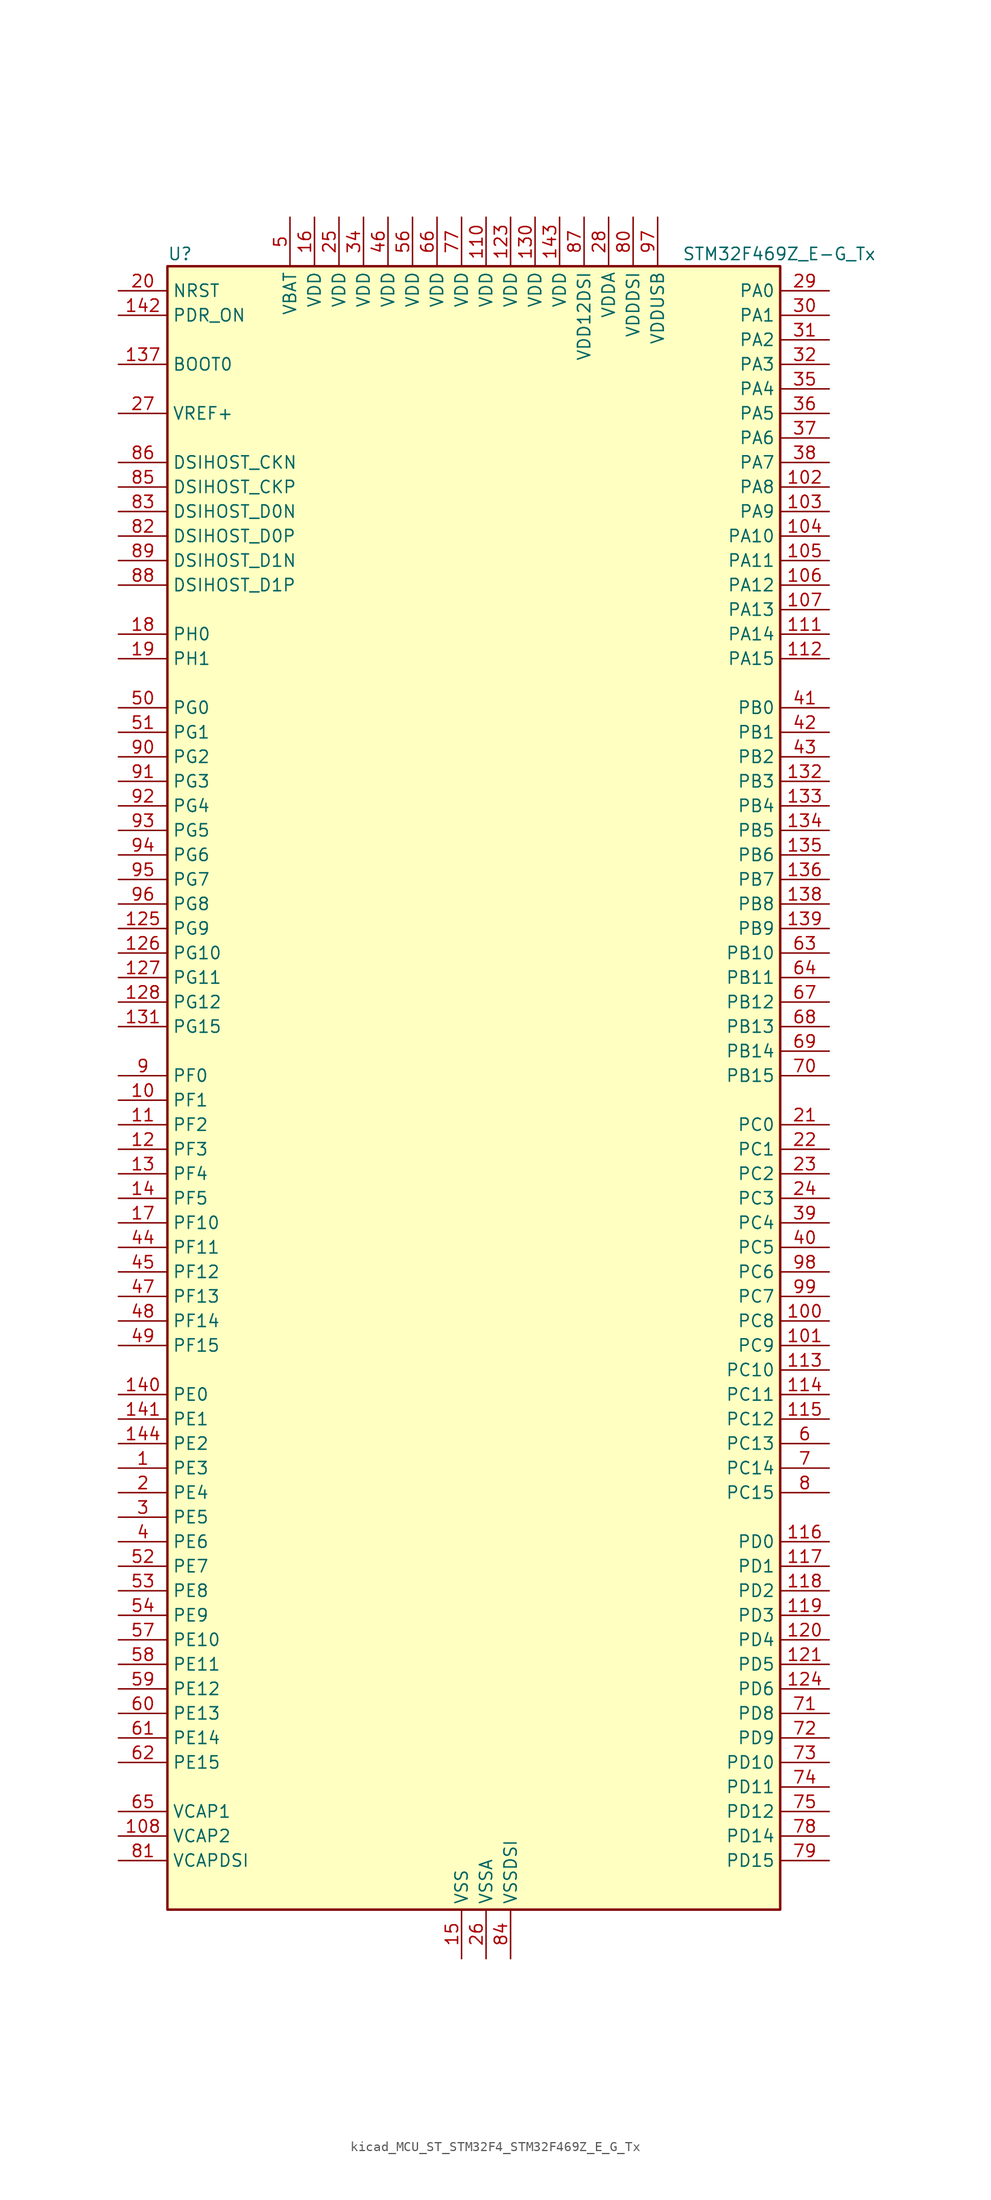
<source format=kicad_sym>
(kicad_symbol_lib
  (version 20220914)
  (generator kicad_symbol_editor)
  (symbol "kicad_MCU_ST_STM32F4_STM32F469Z_E_G_Tx"
    (property "Reference" "U"
      (at -30.48 87.63 0)
      (effects (font (size 1.27 1.27)) (justify left)))
    (property "Value" "STM32F469Z_E-G_Tx"
      (at 22.86 87.63 0)
      (effects (font (size 1.27 1.27)) (justify left)))
    (property "ki_locked" ""
      (at 0 0 0)
      (effects (font (size 1.27 1.27))))
    (symbol "kicad_MCU_ST_STM32F4_STM32F469Z_E_G_Tx_0_1"
      (rectangle (start -30.48 -83.82) (end 33.02 86.36) (stroke (width 0.254) (type default)) (fill (type background))))
    (symbol "kicad_MCU_ST_STM32F4_STM32F469Z_E_G_Tx_1_1"
      (pin bidirectional line (at -35.56 -38.1 0) (length 5.08) (name "PE3" (effects (font (size 1.27 1.27)))) (number "1" (effects (font (size 1.27 1.27)))) (alternate "FMC_A19" bidirectional line) (alternate "SAI1_SD_B" bidirectional line) (alternate "SYS_TRACED0" bidirectional line))
      (pin bidirectional line (at -35.56 0 0) (length 5.08) (name "PF1" (effects (font (size 1.27 1.27)))) (number "10" (effects (font (size 1.27 1.27)))) (alternate "FMC_A1" bidirectional line) (alternate "I2C2_SCL" bidirectional line))
      (pin bidirectional line (at 38.1 -22.86 180) (length 5.08) (name "PC8" (effects (font (size 1.27 1.27)))) (number "100" (effects (font (size 1.27 1.27)))) (alternate "DCMI_D2" bidirectional line) (alternate "SDIO_D0" bidirectional line) (alternate "SYS_TRACED1" bidirectional line) (alternate "TIM3_CH3" bidirectional line) (alternate "TIM8_CH3" bidirectional line) (alternate "USART6_CK" bidirectional line))
      (pin bidirectional line (at 38.1 -25.4 180) (length 5.08) (name "PC9" (effects (font (size 1.27 1.27)))) (number "101" (effects (font (size 1.27 1.27)))) (alternate "DAC_EXTI9" bidirectional line) (alternate "DCMI_D3" bidirectional line) (alternate "I2C3_SDA" bidirectional line) (alternate "I2S_CKIN" bidirectional line) (alternate "QUADSPI_BK1_IO0" bidirectional line) (alternate "RCC_MCO_2" bidirectional line) (alternate "SDIO_D1" bidirectional line) (alternate "TIM3_CH4" bidirectional line) (alternate "TIM8_CH4" bidirectional line))
      (pin bidirectional line (at 38.1 63.5 180) (length 5.08) (name "PA8" (effects (font (size 1.27 1.27)))) (number "102" (effects (font (size 1.27 1.27)))) (alternate "I2C3_SCL" bidirectional line) (alternate "LTDC_R6" bidirectional line) (alternate "RCC_MCO_1" bidirectional line) (alternate "TIM1_CH1" bidirectional line) (alternate "USART1_CK" bidirectional line) (alternate "USB_OTG_FS_SOF" bidirectional line))
      (pin bidirectional line (at 38.1 60.96 180) (length 5.08) (name "PA9" (effects (font (size 1.27 1.27)))) (number "103" (effects (font (size 1.27 1.27)))) (alternate "DAC_EXTI9" bidirectional line) (alternate "DCMI_D0" bidirectional line) (alternate "I2C3_SMBA" bidirectional line) (alternate "I2S2_CK" bidirectional line) (alternate "SPI2_SCK" bidirectional line) (alternate "TIM1_CH2" bidirectional line) (alternate "USART1_TX" bidirectional line) (alternate "USB_OTG_FS_VBUS" bidirectional line))
      (pin bidirectional line (at 38.1 58.42 180) (length 5.08) (name "PA10" (effects (font (size 1.27 1.27)))) (number "104" (effects (font (size 1.27 1.27)))) (alternate "DCMI_D1" bidirectional line) (alternate "TIM1_CH3" bidirectional line) (alternate "USART1_RX" bidirectional line) (alternate "USB_OTG_FS_ID" bidirectional line))
      (pin bidirectional line (at 38.1 55.88 180) (length 5.08) (name "PA11" (effects (font (size 1.27 1.27)))) (number "105" (effects (font (size 1.27 1.27)))) (alternate "ADC1_EXTI11" bidirectional line) (alternate "ADC2_EXTI11" bidirectional line) (alternate "ADC3_EXTI11" bidirectional line) (alternate "CAN1_RX" bidirectional line) (alternate "LTDC_R4" bidirectional line) (alternate "TIM1_CH4" bidirectional line) (alternate "USART1_CTS" bidirectional line) (alternate "USB_OTG_FS_DM" bidirectional line))
      (pin bidirectional line (at 38.1 53.34 180) (length 5.08) (name "PA12" (effects (font (size 1.27 1.27)))) (number "106" (effects (font (size 1.27 1.27)))) (alternate "CAN1_TX" bidirectional line) (alternate "LTDC_R5" bidirectional line) (alternate "TIM1_ETR" bidirectional line) (alternate "USART1_RTS" bidirectional line) (alternate "USB_OTG_FS_DP" bidirectional line))
      (pin bidirectional line (at 38.1 50.8 180) (length 5.08) (name "PA13" (effects (font (size 1.27 1.27)))) (number "107" (effects (font (size 1.27 1.27)))) (alternate "SYS_JTMS-SWDIO" bidirectional line))
      (pin power_out line (at -35.56 -76.2 0) (length 5.08) (name "VCAP2" (effects (font (size 1.27 1.27)))) (number "108" (effects (font (size 1.27 1.27)))))
      (pin passive line (at 0 -88.9 90) (length 5.08) hide (name "VSS" (effects (font (size 1.27 1.27)))) (number "109" (effects (font (size 1.27 1.27)))))
      (pin bidirectional line (at -35.56 -2.54 0) (length 5.08) (name "PF2" (effects (font (size 1.27 1.27)))) (number "11" (effects (font (size 1.27 1.27)))) (alternate "FMC_A2" bidirectional line) (alternate "I2C2_SMBA" bidirectional line))
      (pin power_in line (at 2.54 91.44 270) (length 5.08) (name "VDD" (effects (font (size 1.27 1.27)))) (number "110" (effects (font (size 1.27 1.27)))))
      (pin bidirectional line (at 38.1 48.26 180) (length 5.08) (name "PA14" (effects (font (size 1.27 1.27)))) (number "111" (effects (font (size 1.27 1.27)))) (alternate "SYS_JTCK-SWCLK" bidirectional line))
      (pin bidirectional line (at 38.1 45.72 180) (length 5.08) (name "PA15" (effects (font (size 1.27 1.27)))) (number "112" (effects (font (size 1.27 1.27)))) (alternate "ADC1_EXTI15" bidirectional line) (alternate "ADC2_EXTI15" bidirectional line) (alternate "ADC3_EXTI15" bidirectional line) (alternate "I2S3_WS" bidirectional line) (alternate "SPI1_NSS" bidirectional line) (alternate "SPI3_NSS" bidirectional line) (alternate "SYS_JTDI" bidirectional line) (alternate "TIM2_CH1" bidirectional line) (alternate "TIM2_ETR" bidirectional line))
      (pin bidirectional line (at 38.1 -27.94 180) (length 5.08) (name "PC10" (effects (font (size 1.27 1.27)))) (number "113" (effects (font (size 1.27 1.27)))) (alternate "DCMI_D8" bidirectional line) (alternate "I2S3_CK" bidirectional line) (alternate "LTDC_R2" bidirectional line) (alternate "QUADSPI_BK1_IO1" bidirectional line) (alternate "SDIO_D2" bidirectional line) (alternate "SPI3_SCK" bidirectional line) (alternate "UART4_TX" bidirectional line) (alternate "USART3_TX" bidirectional line))
      (pin bidirectional line (at 38.1 -30.48 180) (length 5.08) (name "PC11" (effects (font (size 1.27 1.27)))) (number "114" (effects (font (size 1.27 1.27)))) (alternate "ADC1_EXTI11" bidirectional line) (alternate "ADC2_EXTI11" bidirectional line) (alternate "ADC3_EXTI11" bidirectional line) (alternate "DCMI_D4" bidirectional line) (alternate "I2S3_ext_SD" bidirectional line) (alternate "QUADSPI_BK2_NCS" bidirectional line) (alternate "SDIO_D3" bidirectional line) (alternate "SPI3_MISO" bidirectional line) (alternate "UART4_RX" bidirectional line) (alternate "USART3_RX" bidirectional line))
      (pin bidirectional line (at 38.1 -33.02 180) (length 5.08) (name "PC12" (effects (font (size 1.27 1.27)))) (number "115" (effects (font (size 1.27 1.27)))) (alternate "DCMI_D9" bidirectional line) (alternate "I2S3_SD" bidirectional line) (alternate "SDIO_CK" bidirectional line) (alternate "SPI3_MOSI" bidirectional line) (alternate "SYS_TRACED3" bidirectional line) (alternate "UART5_TX" bidirectional line) (alternate "USART3_CK" bidirectional line))
      (pin bidirectional line (at 38.1 -45.72 180) (length 5.08) (name "PD0" (effects (font (size 1.27 1.27)))) (number "116" (effects (font (size 1.27 1.27)))) (alternate "CAN1_RX" bidirectional line) (alternate "FMC_D2" bidirectional line) (alternate "FMC_DA2" bidirectional line))
      (pin bidirectional line (at 38.1 -48.26 180) (length 5.08) (name "PD1" (effects (font (size 1.27 1.27)))) (number "117" (effects (font (size 1.27 1.27)))) (alternate "CAN1_TX" bidirectional line) (alternate "FMC_D3" bidirectional line) (alternate "FMC_DA3" bidirectional line))
      (pin bidirectional line (at 38.1 -50.8 180) (length 5.08) (name "PD2" (effects (font (size 1.27 1.27)))) (number "118" (effects (font (size 1.27 1.27)))) (alternate "DCMI_D11" bidirectional line) (alternate "SDIO_CMD" bidirectional line) (alternate "SYS_TRACED2" bidirectional line) (alternate "TIM3_ETR" bidirectional line) (alternate "UART5_RX" bidirectional line))
      (pin bidirectional line (at 38.1 -53.34 180) (length 5.08) (name "PD3" (effects (font (size 1.27 1.27)))) (number "119" (effects (font (size 1.27 1.27)))) (alternate "DCMI_D5" bidirectional line) (alternate "FMC_CLK" bidirectional line) (alternate "I2S2_CK" bidirectional line) (alternate "LTDC_G7" bidirectional line) (alternate "SPI2_SCK" bidirectional line) (alternate "USART2_CTS" bidirectional line))
      (pin bidirectional line (at -35.56 -5.08 0) (length 5.08) (name "PF3" (effects (font (size 1.27 1.27)))) (number "12" (effects (font (size 1.27 1.27)))) (alternate "ADC3_IN9" bidirectional line) (alternate "FMC_A3" bidirectional line))
      (pin bidirectional line (at 38.1 -55.88 180) (length 5.08) (name "PD4" (effects (font (size 1.27 1.27)))) (number "120" (effects (font (size 1.27 1.27)))) (alternate "FMC_NOE" bidirectional line) (alternate "USART2_RTS" bidirectional line))
      (pin bidirectional line (at 38.1 -58.42 180) (length 5.08) (name "PD5" (effects (font (size 1.27 1.27)))) (number "121" (effects (font (size 1.27 1.27)))) (alternate "FMC_NWE" bidirectional line) (alternate "USART2_TX" bidirectional line))
      (pin passive line (at 0 -88.9 90) (length 5.08) hide (name "VSS" (effects (font (size 1.27 1.27)))) (number "122" (effects (font (size 1.27 1.27)))))
      (pin power_in line (at 5.08 91.44 270) (length 5.08) (name "VDD" (effects (font (size 1.27 1.27)))) (number "123" (effects (font (size 1.27 1.27)))))
      (pin bidirectional line (at 38.1 -60.96 180) (length 5.08) (name "PD6" (effects (font (size 1.27 1.27)))) (number "124" (effects (font (size 1.27 1.27)))) (alternate "DCMI_D10" bidirectional line) (alternate "FMC_NWAIT" bidirectional line) (alternate "I2S3_SD" bidirectional line) (alternate "LTDC_B2" bidirectional line) (alternate "SAI1_SD_A" bidirectional line) (alternate "SPI3_MOSI" bidirectional line) (alternate "USART2_RX" bidirectional line))
      (pin bidirectional line (at -35.56 17.78 0) (length 5.08) (name "PG9" (effects (font (size 1.27 1.27)))) (number "125" (effects (font (size 1.27 1.27)))) (alternate "DAC_EXTI9" bidirectional line) (alternate "DCMI_VSYNC" bidirectional line) (alternate "FMC_NCE" bidirectional line) (alternate "FMC_NE2" bidirectional line) (alternate "QUADSPI_BK2_IO2" bidirectional line) (alternate "USART6_RX" bidirectional line))
      (pin bidirectional line (at -35.56 15.24 0) (length 5.08) (name "PG10" (effects (font (size 1.27 1.27)))) (number "126" (effects (font (size 1.27 1.27)))) (alternate "DCMI_D2" bidirectional line) (alternate "FMC_NE3" bidirectional line) (alternate "LTDC_B2" bidirectional line) (alternate "LTDC_G3" bidirectional line))
      (pin bidirectional line (at -35.56 12.7 0) (length 5.08) (name "PG11" (effects (font (size 1.27 1.27)))) (number "127" (effects (font (size 1.27 1.27)))) (alternate "ADC1_EXTI11" bidirectional line) (alternate "ADC2_EXTI11" bidirectional line) (alternate "ADC3_EXTI11" bidirectional line) (alternate "DCMI_D3" bidirectional line) (alternate "LTDC_B3" bidirectional line))
      (pin bidirectional line (at -35.56 10.16 0) (length 5.08) (name "PG12" (effects (font (size 1.27 1.27)))) (number "128" (effects (font (size 1.27 1.27)))) (alternate "FMC_NE4" bidirectional line) (alternate "LTDC_B1" bidirectional line) (alternate "LTDC_B4" bidirectional line) (alternate "USART6_RTS" bidirectional line))
      (pin passive line (at 0 -88.9 90) (length 5.08) hide (name "VSS" (effects (font (size 1.27 1.27)))) (number "129" (effects (font (size 1.27 1.27)))))
      (pin bidirectional line (at -35.56 -7.62 0) (length 5.08) (name "PF4" (effects (font (size 1.27 1.27)))) (number "13" (effects (font (size 1.27 1.27)))) (alternate "ADC3_IN14" bidirectional line) (alternate "FMC_A4" bidirectional line))
      (pin power_in line (at 7.62 91.44 270) (length 5.08) (name "VDD" (effects (font (size 1.27 1.27)))) (number "130" (effects (font (size 1.27 1.27)))))
      (pin bidirectional line (at -35.56 7.62 0) (length 5.08) (name "PG15" (effects (font (size 1.27 1.27)))) (number "131" (effects (font (size 1.27 1.27)))) (alternate "ADC1_EXTI15" bidirectional line) (alternate "ADC2_EXTI15" bidirectional line) (alternate "ADC3_EXTI15" bidirectional line) (alternate "DCMI_D13" bidirectional line) (alternate "FMC_SDNCAS" bidirectional line) (alternate "USART6_CTS" bidirectional line))
      (pin bidirectional line (at 38.1 33.02 180) (length 5.08) (name "PB3" (effects (font (size 1.27 1.27)))) (number "132" (effects (font (size 1.27 1.27)))) (alternate "I2S3_CK" bidirectional line) (alternate "SPI1_SCK" bidirectional line) (alternate "SPI3_SCK" bidirectional line) (alternate "SYS_JTDO-SWO" bidirectional line) (alternate "TIM2_CH2" bidirectional line))
      (pin bidirectional line (at 38.1 30.48 180) (length 5.08) (name "PB4" (effects (font (size 1.27 1.27)))) (number "133" (effects (font (size 1.27 1.27)))) (alternate "I2S3_ext_SD" bidirectional line) (alternate "SPI1_MISO" bidirectional line) (alternate "SPI3_MISO" bidirectional line) (alternate "SYS_JTRST" bidirectional line) (alternate "TIM3_CH1" bidirectional line))
      (pin bidirectional line (at 38.1 27.94 180) (length 5.08) (name "PB5" (effects (font (size 1.27 1.27)))) (number "134" (effects (font (size 1.27 1.27)))) (alternate "CAN2_RX" bidirectional line) (alternate "DCMI_D10" bidirectional line) (alternate "FMC_SDCKE1" bidirectional line) (alternate "I2C1_SMBA" bidirectional line) (alternate "I2S3_SD" bidirectional line) (alternate "LTDC_G7" bidirectional line) (alternate "SPI1_MOSI" bidirectional line) (alternate "SPI3_MOSI" bidirectional line) (alternate "TIM3_CH2" bidirectional line) (alternate "USB_OTG_HS_ULPI_D7" bidirectional line))
      (pin bidirectional line (at 38.1 25.4 180) (length 5.08) (name "PB6" (effects (font (size 1.27 1.27)))) (number "135" (effects (font (size 1.27 1.27)))) (alternate "CAN2_TX" bidirectional line) (alternate "DCMI_D5" bidirectional line) (alternate "FMC_SDNE1" bidirectional line) (alternate "I2C1_SCL" bidirectional line) (alternate "QUADSPI_BK1_NCS" bidirectional line) (alternate "TIM4_CH1" bidirectional line) (alternate "USART1_TX" bidirectional line))
      (pin bidirectional line (at 38.1 22.86 180) (length 5.08) (name "PB7" (effects (font (size 1.27 1.27)))) (number "136" (effects (font (size 1.27 1.27)))) (alternate "DCMI_VSYNC" bidirectional line) (alternate "FMC_NL" bidirectional line) (alternate "I2C1_SDA" bidirectional line) (alternate "TIM4_CH2" bidirectional line) (alternate "USART1_RX" bidirectional line))
      (pin input line (at -35.56 76.2 0) (length 5.08) (name "BOOT0" (effects (font (size 1.27 1.27)))) (number "137" (effects (font (size 1.27 1.27)))))
      (pin bidirectional line (at 38.1 20.32 180) (length 5.08) (name "PB8" (effects (font (size 1.27 1.27)))) (number "138" (effects (font (size 1.27 1.27)))) (alternate "CAN1_RX" bidirectional line) (alternate "DCMI_D6" bidirectional line) (alternate "I2C1_SCL" bidirectional line) (alternate "LTDC_B6" bidirectional line) (alternate "SDIO_D4" bidirectional line) (alternate "TIM10_CH1" bidirectional line) (alternate "TIM4_CH3" bidirectional line))
      (pin bidirectional line (at 38.1 17.78 180) (length 5.08) (name "PB9" (effects (font (size 1.27 1.27)))) (number "139" (effects (font (size 1.27 1.27)))) (alternate "CAN1_TX" bidirectional line) (alternate "DAC_EXTI9" bidirectional line) (alternate "DCMI_D7" bidirectional line) (alternate "I2C1_SDA" bidirectional line) (alternate "I2S2_WS" bidirectional line) (alternate "LTDC_B7" bidirectional line) (alternate "SDIO_D5" bidirectional line) (alternate "SPI2_NSS" bidirectional line) (alternate "TIM11_CH1" bidirectional line) (alternate "TIM4_CH4" bidirectional line))
      (pin bidirectional line (at -35.56 -10.16 0) (length 5.08) (name "PF5" (effects (font (size 1.27 1.27)))) (number "14" (effects (font (size 1.27 1.27)))) (alternate "ADC3_IN15" bidirectional line) (alternate "FMC_A5" bidirectional line))
      (pin bidirectional line (at -35.56 -30.48 0) (length 5.08) (name "PE0" (effects (font (size 1.27 1.27)))) (number "140" (effects (font (size 1.27 1.27)))) (alternate "DCMI_D2" bidirectional line) (alternate "FMC_NBL0" bidirectional line) (alternate "TIM4_ETR" bidirectional line) (alternate "UART8_RX" bidirectional line))
      (pin bidirectional line (at -35.56 -33.02 0) (length 5.08) (name "PE1" (effects (font (size 1.27 1.27)))) (number "141" (effects (font (size 1.27 1.27)))) (alternate "DCMI_D3" bidirectional line) (alternate "FMC_NBL1" bidirectional line) (alternate "UART8_TX" bidirectional line))
      (pin input line (at -35.56 81.28 0) (length 5.08) (name "PDR_ON" (effects (font (size 1.27 1.27)))) (number "142" (effects (font (size 1.27 1.27)))))
      (pin power_in line (at 10.16 91.44 270) (length 5.08) (name "VDD" (effects (font (size 1.27 1.27)))) (number "143" (effects (font (size 1.27 1.27)))))
      (pin bidirectional line (at -35.56 -35.56 0) (length 5.08) (name "PE2" (effects (font (size 1.27 1.27)))) (number "144" (effects (font (size 1.27 1.27)))) (alternate "FMC_A23" bidirectional line) (alternate "QUADSPI_BK1_IO2" bidirectional line) (alternate "SAI1_MCLK_A" bidirectional line) (alternate "SPI4_SCK" bidirectional line) (alternate "SYS_TRACECLK" bidirectional line))
      (pin power_in line (at 0 -88.9 90) (length 5.08) (name "VSS" (effects (font (size 1.27 1.27)))) (number "15" (effects (font (size 1.27 1.27)))))
      (pin power_in line (at -15.24 91.44 270) (length 5.08) (name "VDD" (effects (font (size 1.27 1.27)))) (number "16" (effects (font (size 1.27 1.27)))))
      (pin bidirectional line (at -35.56 -12.7 0) (length 5.08) (name "PF10" (effects (font (size 1.27 1.27)))) (number "17" (effects (font (size 1.27 1.27)))) (alternate "ADC3_IN8" bidirectional line) (alternate "DCMI_D11" bidirectional line) (alternate "LTDC_DE" bidirectional line) (alternate "QUADSPI_CLK" bidirectional line))
      (pin bidirectional line (at -35.56 48.26 0) (length 5.08) (name "PH0" (effects (font (size 1.27 1.27)))) (number "18" (effects (font (size 1.27 1.27)))) (alternate "RCC_OSC_IN" bidirectional line))
      (pin bidirectional line (at -35.56 45.72 0) (length 5.08) (name "PH1" (effects (font (size 1.27 1.27)))) (number "19" (effects (font (size 1.27 1.27)))) (alternate "RCC_OSC_OUT" bidirectional line))
      (pin bidirectional line (at -35.56 -40.64 0) (length 5.08) (name "PE4" (effects (font (size 1.27 1.27)))) (number "2" (effects (font (size 1.27 1.27)))) (alternate "DCMI_D4" bidirectional line) (alternate "FMC_A20" bidirectional line) (alternate "LTDC_B0" bidirectional line) (alternate "SAI1_FS_A" bidirectional line) (alternate "SPI4_NSS" bidirectional line) (alternate "SYS_TRACED1" bidirectional line))
      (pin input line (at -35.56 83.82 0) (length 5.08) (name "NRST" (effects (font (size 1.27 1.27)))) (number "20" (effects (font (size 1.27 1.27)))))
      (pin bidirectional line (at 38.1 -2.54 180) (length 5.08) (name "PC0" (effects (font (size 1.27 1.27)))) (number "21" (effects (font (size 1.27 1.27)))) (alternate "ADC1_IN10" bidirectional line) (alternate "ADC2_IN10" bidirectional line) (alternate "ADC3_IN10" bidirectional line) (alternate "FMC_SDNWE" bidirectional line) (alternate "LTDC_R5" bidirectional line) (alternate "USB_OTG_HS_ULPI_STP" bidirectional line))
      (pin bidirectional line (at 38.1 -5.08 180) (length 5.08) (name "PC1" (effects (font (size 1.27 1.27)))) (number "22" (effects (font (size 1.27 1.27)))) (alternate "ADC1_IN11" bidirectional line) (alternate "ADC2_IN11" bidirectional line) (alternate "ADC3_IN11" bidirectional line) (alternate "I2S2_SD" bidirectional line) (alternate "SAI1_SD_A" bidirectional line) (alternate "SPI2_MOSI" bidirectional line) (alternate "SYS_TRACED0" bidirectional line))
      (pin bidirectional line (at 38.1 -7.62 180) (length 5.08) (name "PC2" (effects (font (size 1.27 1.27)))) (number "23" (effects (font (size 1.27 1.27)))) (alternate "ADC1_IN12" bidirectional line) (alternate "ADC2_IN12" bidirectional line) (alternate "ADC3_IN12" bidirectional line) (alternate "FMC_SDNE0" bidirectional line) (alternate "I2S2_ext_SD" bidirectional line) (alternate "SPI2_MISO" bidirectional line) (alternate "USB_OTG_HS_ULPI_DIR" bidirectional line))
      (pin bidirectional line (at 38.1 -10.16 180) (length 5.08) (name "PC3" (effects (font (size 1.27 1.27)))) (number "24" (effects (font (size 1.27 1.27)))) (alternate "ADC1_IN13" bidirectional line) (alternate "ADC2_IN13" bidirectional line) (alternate "ADC3_IN13" bidirectional line) (alternate "FMC_SDCKE0" bidirectional line) (alternate "I2S2_SD" bidirectional line) (alternate "SPI2_MOSI" bidirectional line) (alternate "USB_OTG_HS_ULPI_NXT" bidirectional line))
      (pin power_in line (at -12.7 91.44 270) (length 5.08) (name "VDD" (effects (font (size 1.27 1.27)))) (number "25" (effects (font (size 1.27 1.27)))))
      (pin power_in line (at 2.54 -88.9 90) (length 5.08) (name "VSSA" (effects (font (size 1.27 1.27)))) (number "26" (effects (font (size 1.27 1.27)))))
      (pin input line (at -35.56 71.12 0) (length 5.08) (name "VREF+" (effects (font (size 1.27 1.27)))) (number "27" (effects (font (size 1.27 1.27)))))
      (pin power_in line (at 15.24 91.44 270) (length 5.08) (name "VDDA" (effects (font (size 1.27 1.27)))) (number "28" (effects (font (size 1.27 1.27)))))
      (pin bidirectional line (at 38.1 83.82 180) (length 5.08) (name "PA0" (effects (font (size 1.27 1.27)))) (number "29" (effects (font (size 1.27 1.27)))) (alternate "ADC1_IN0" bidirectional line) (alternate "ADC2_IN0" bidirectional line) (alternate "ADC3_IN0" bidirectional line) (alternate "SYS_WKUP" bidirectional line) (alternate "TIM2_CH1" bidirectional line) (alternate "TIM2_ETR" bidirectional line) (alternate "TIM5_CH1" bidirectional line) (alternate "TIM8_ETR" bidirectional line) (alternate "UART4_TX" bidirectional line) (alternate "USART2_CTS" bidirectional line))
      (pin bidirectional line (at -35.56 -43.18 0) (length 5.08) (name "PE5" (effects (font (size 1.27 1.27)))) (number "3" (effects (font (size 1.27 1.27)))) (alternate "DCMI_D6" bidirectional line) (alternate "FMC_A21" bidirectional line) (alternate "LTDC_G0" bidirectional line) (alternate "SAI1_SCK_A" bidirectional line) (alternate "SPI4_MISO" bidirectional line) (alternate "SYS_TRACED2" bidirectional line) (alternate "TIM9_CH1" bidirectional line))
      (pin bidirectional line (at 38.1 81.28 180) (length 5.08) (name "PA1" (effects (font (size 1.27 1.27)))) (number "30" (effects (font (size 1.27 1.27)))) (alternate "ADC1_IN1" bidirectional line) (alternate "ADC2_IN1" bidirectional line) (alternate "ADC3_IN1" bidirectional line) (alternate "LTDC_R2" bidirectional line) (alternate "QUADSPI_BK1_IO3" bidirectional line) (alternate "TIM2_CH2" bidirectional line) (alternate "TIM5_CH2" bidirectional line) (alternate "UART4_RX" bidirectional line) (alternate "USART2_RTS" bidirectional line))
      (pin bidirectional line (at 38.1 78.74 180) (length 5.08) (name "PA2" (effects (font (size 1.27 1.27)))) (number "31" (effects (font (size 1.27 1.27)))) (alternate "ADC1_IN2" bidirectional line) (alternate "ADC2_IN2" bidirectional line) (alternate "ADC3_IN2" bidirectional line) (alternate "LTDC_R1" bidirectional line) (alternate "TIM2_CH3" bidirectional line) (alternate "TIM5_CH3" bidirectional line) (alternate "TIM9_CH1" bidirectional line) (alternate "USART2_TX" bidirectional line))
      (pin bidirectional line (at 38.1 76.2 180) (length 5.08) (name "PA3" (effects (font (size 1.27 1.27)))) (number "32" (effects (font (size 1.27 1.27)))) (alternate "ADC1_IN3" bidirectional line) (alternate "ADC2_IN3" bidirectional line) (alternate "ADC3_IN3" bidirectional line) (alternate "LTDC_B2" bidirectional line) (alternate "LTDC_B5" bidirectional line) (alternate "TIM2_CH4" bidirectional line) (alternate "TIM5_CH4" bidirectional line) (alternate "TIM9_CH2" bidirectional line) (alternate "USART2_RX" bidirectional line) (alternate "USB_OTG_HS_ULPI_D0" bidirectional line))
      (pin passive line (at 0 -88.9 90) (length 5.08) hide (name "VSS" (effects (font (size 1.27 1.27)))) (number "33" (effects (font (size 1.27 1.27)))))
      (pin power_in line (at -10.16 91.44 270) (length 5.08) (name "VDD" (effects (font (size 1.27 1.27)))) (number "34" (effects (font (size 1.27 1.27)))))
      (pin bidirectional line (at 38.1 73.66 180) (length 5.08) (name "PA4" (effects (font (size 1.27 1.27)))) (number "35" (effects (font (size 1.27 1.27)))) (alternate "ADC1_IN4" bidirectional line) (alternate "ADC2_IN4" bidirectional line) (alternate "DAC_OUT1" bidirectional line) (alternate "DCMI_HSYNC" bidirectional line) (alternate "I2S3_WS" bidirectional line) (alternate "LTDC_VSYNC" bidirectional line) (alternate "SPI1_NSS" bidirectional line) (alternate "SPI3_NSS" bidirectional line) (alternate "USART2_CK" bidirectional line) (alternate "USB_OTG_HS_SOF" bidirectional line))
      (pin bidirectional line (at 38.1 71.12 180) (length 5.08) (name "PA5" (effects (font (size 1.27 1.27)))) (number "36" (effects (font (size 1.27 1.27)))) (alternate "ADC1_IN5" bidirectional line) (alternate "ADC2_IN5" bidirectional line) (alternate "DAC_OUT2" bidirectional line) (alternate "LTDC_R4" bidirectional line) (alternate "SPI1_SCK" bidirectional line) (alternate "TIM2_CH1" bidirectional line) (alternate "TIM2_ETR" bidirectional line) (alternate "TIM8_CH1N" bidirectional line) (alternate "USB_OTG_HS_ULPI_CK" bidirectional line))
      (pin bidirectional line (at 38.1 68.58 180) (length 5.08) (name "PA6" (effects (font (size 1.27 1.27)))) (number "37" (effects (font (size 1.27 1.27)))) (alternate "ADC1_IN6" bidirectional line) (alternate "ADC2_IN6" bidirectional line) (alternate "DCMI_PIXCLK" bidirectional line) (alternate "LTDC_G2" bidirectional line) (alternate "SPI1_MISO" bidirectional line) (alternate "TIM13_CH1" bidirectional line) (alternate "TIM1_BKIN" bidirectional line) (alternate "TIM3_CH1" bidirectional line) (alternate "TIM8_BKIN" bidirectional line))
      (pin bidirectional line (at 38.1 66.04 180) (length 5.08) (name "PA7" (effects (font (size 1.27 1.27)))) (number "38" (effects (font (size 1.27 1.27)))) (alternate "ADC1_IN7" bidirectional line) (alternate "ADC2_IN7" bidirectional line) (alternate "FMC_SDNWE" bidirectional line) (alternate "QUADSPI_CLK" bidirectional line) (alternate "SPI1_MOSI" bidirectional line) (alternate "TIM14_CH1" bidirectional line) (alternate "TIM1_CH1N" bidirectional line) (alternate "TIM3_CH2" bidirectional line) (alternate "TIM8_CH1N" bidirectional line))
      (pin bidirectional line (at 38.1 -12.7 180) (length 5.08) (name "PC4" (effects (font (size 1.27 1.27)))) (number "39" (effects (font (size 1.27 1.27)))) (alternate "ADC1_IN14" bidirectional line) (alternate "ADC2_IN14" bidirectional line) (alternate "FMC_SDNE0" bidirectional line))
      (pin bidirectional line (at -35.56 -45.72 0) (length 5.08) (name "PE6" (effects (font (size 1.27 1.27)))) (number "4" (effects (font (size 1.27 1.27)))) (alternate "DCMI_D7" bidirectional line) (alternate "FMC_A22" bidirectional line) (alternate "LTDC_G1" bidirectional line) (alternate "SAI1_SD_A" bidirectional line) (alternate "SPI4_MOSI" bidirectional line) (alternate "SYS_TRACED3" bidirectional line) (alternate "TIM9_CH2" bidirectional line))
      (pin bidirectional line (at 38.1 -15.24 180) (length 5.08) (name "PC5" (effects (font (size 1.27 1.27)))) (number "40" (effects (font (size 1.27 1.27)))) (alternate "ADC1_IN15" bidirectional line) (alternate "ADC2_IN15" bidirectional line) (alternate "FMC_SDCKE0" bidirectional line))
      (pin bidirectional line (at 38.1 40.64 180) (length 5.08) (name "PB0" (effects (font (size 1.27 1.27)))) (number "41" (effects (font (size 1.27 1.27)))) (alternate "ADC1_IN8" bidirectional line) (alternate "ADC2_IN8" bidirectional line) (alternate "LTDC_G1" bidirectional line) (alternate "LTDC_R3" bidirectional line) (alternate "TIM1_CH2N" bidirectional line) (alternate "TIM3_CH3" bidirectional line) (alternate "TIM8_CH2N" bidirectional line) (alternate "USB_OTG_HS_ULPI_D1" bidirectional line))
      (pin bidirectional line (at 38.1 38.1 180) (length 5.08) (name "PB1" (effects (font (size 1.27 1.27)))) (number "42" (effects (font (size 1.27 1.27)))) (alternate "ADC1_IN9" bidirectional line) (alternate "ADC2_IN9" bidirectional line) (alternate "LTDC_G0" bidirectional line) (alternate "LTDC_R6" bidirectional line) (alternate "TIM1_CH3N" bidirectional line) (alternate "TIM3_CH4" bidirectional line) (alternate "TIM8_CH3N" bidirectional line) (alternate "USB_OTG_HS_ULPI_D2" bidirectional line))
      (pin bidirectional line (at 38.1 35.56 180) (length 5.08) (name "PB2" (effects (font (size 1.27 1.27)))) (number "43" (effects (font (size 1.27 1.27)))))
      (pin bidirectional line (at -35.56 -15.24 0) (length 5.08) (name "PF11" (effects (font (size 1.27 1.27)))) (number "44" (effects (font (size 1.27 1.27)))) (alternate "ADC1_EXTI11" bidirectional line) (alternate "ADC2_EXTI11" bidirectional line) (alternate "ADC3_EXTI11" bidirectional line) (alternate "DCMI_D12" bidirectional line) (alternate "FMC_SDNRAS" bidirectional line))
      (pin bidirectional line (at -35.56 -17.78 0) (length 5.08) (name "PF12" (effects (font (size 1.27 1.27)))) (number "45" (effects (font (size 1.27 1.27)))) (alternate "FMC_A6" bidirectional line))
      (pin power_in line (at -7.62 91.44 270) (length 5.08) (name "VDD" (effects (font (size 1.27 1.27)))) (number "46" (effects (font (size 1.27 1.27)))))
      (pin bidirectional line (at -35.56 -20.32 0) (length 5.08) (name "PF13" (effects (font (size 1.27 1.27)))) (number "47" (effects (font (size 1.27 1.27)))) (alternate "FMC_A7" bidirectional line))
      (pin bidirectional line (at -35.56 -22.86 0) (length 5.08) (name "PF14" (effects (font (size 1.27 1.27)))) (number "48" (effects (font (size 1.27 1.27)))) (alternate "FMC_A8" bidirectional line))
      (pin bidirectional line (at -35.56 -25.4 0) (length 5.08) (name "PF15" (effects (font (size 1.27 1.27)))) (number "49" (effects (font (size 1.27 1.27)))) (alternate "ADC1_EXTI15" bidirectional line) (alternate "ADC2_EXTI15" bidirectional line) (alternate "ADC3_EXTI15" bidirectional line) (alternate "FMC_A9" bidirectional line))
      (pin power_in line (at -17.78 91.44 270) (length 5.08) (name "VBAT" (effects (font (size 1.27 1.27)))) (number "5" (effects (font (size 1.27 1.27)))))
      (pin bidirectional line (at -35.56 40.64 0) (length 5.08) (name "PG0" (effects (font (size 1.27 1.27)))) (number "50" (effects (font (size 1.27 1.27)))) (alternate "FMC_A10" bidirectional line))
      (pin bidirectional line (at -35.56 38.1 0) (length 5.08) (name "PG1" (effects (font (size 1.27 1.27)))) (number "51" (effects (font (size 1.27 1.27)))) (alternate "FMC_A11" bidirectional line))
      (pin bidirectional line (at -35.56 -48.26 0) (length 5.08) (name "PE7" (effects (font (size 1.27 1.27)))) (number "52" (effects (font (size 1.27 1.27)))) (alternate "FMC_D4" bidirectional line) (alternate "FMC_DA4" bidirectional line) (alternate "QUADSPI_BK2_IO0" bidirectional line) (alternate "TIM1_ETR" bidirectional line) (alternate "UART7_RX" bidirectional line))
      (pin bidirectional line (at -35.56 -50.8 0) (length 5.08) (name "PE8" (effects (font (size 1.27 1.27)))) (number "53" (effects (font (size 1.27 1.27)))) (alternate "FMC_D5" bidirectional line) (alternate "FMC_DA5" bidirectional line) (alternate "QUADSPI_BK2_IO1" bidirectional line) (alternate "TIM1_CH1N" bidirectional line) (alternate "UART7_TX" bidirectional line))
      (pin bidirectional line (at -35.56 -53.34 0) (length 5.08) (name "PE9" (effects (font (size 1.27 1.27)))) (number "54" (effects (font (size 1.27 1.27)))) (alternate "DAC_EXTI9" bidirectional line) (alternate "FMC_D6" bidirectional line) (alternate "FMC_DA6" bidirectional line) (alternate "QUADSPI_BK2_IO2" bidirectional line) (alternate "TIM1_CH1" bidirectional line))
      (pin passive line (at 0 -88.9 90) (length 5.08) hide (name "VSS" (effects (font (size 1.27 1.27)))) (number "55" (effects (font (size 1.27 1.27)))))
      (pin power_in line (at -5.08 91.44 270) (length 5.08) (name "VDD" (effects (font (size 1.27 1.27)))) (number "56" (effects (font (size 1.27 1.27)))))
      (pin bidirectional line (at -35.56 -55.88 0) (length 5.08) (name "PE10" (effects (font (size 1.27 1.27)))) (number "57" (effects (font (size 1.27 1.27)))) (alternate "FMC_D7" bidirectional line) (alternate "FMC_DA7" bidirectional line) (alternate "QUADSPI_BK2_IO3" bidirectional line) (alternate "TIM1_CH2N" bidirectional line))
      (pin bidirectional line (at -35.56 -58.42 0) (length 5.08) (name "PE11" (effects (font (size 1.27 1.27)))) (number "58" (effects (font (size 1.27 1.27)))) (alternate "ADC1_EXTI11" bidirectional line) (alternate "ADC2_EXTI11" bidirectional line) (alternate "ADC3_EXTI11" bidirectional line) (alternate "FMC_D8" bidirectional line) (alternate "FMC_DA8" bidirectional line) (alternate "LTDC_G3" bidirectional line) (alternate "SPI4_NSS" bidirectional line) (alternate "TIM1_CH2" bidirectional line))
      (pin bidirectional line (at -35.56 -60.96 0) (length 5.08) (name "PE12" (effects (font (size 1.27 1.27)))) (number "59" (effects (font (size 1.27 1.27)))) (alternate "FMC_D9" bidirectional line) (alternate "FMC_DA9" bidirectional line) (alternate "LTDC_B4" bidirectional line) (alternate "SPI4_SCK" bidirectional line) (alternate "TIM1_CH3N" bidirectional line))
      (pin bidirectional line (at 38.1 -35.56 180) (length 5.08) (name "PC13" (effects (font (size 1.27 1.27)))) (number "6" (effects (font (size 1.27 1.27)))) (alternate "RTC_AF1" bidirectional line))
      (pin bidirectional line (at -35.56 -63.5 0) (length 5.08) (name "PE13" (effects (font (size 1.27 1.27)))) (number "60" (effects (font (size 1.27 1.27)))) (alternate "FMC_D10" bidirectional line) (alternate "FMC_DA10" bidirectional line) (alternate "LTDC_DE" bidirectional line) (alternate "SPI4_MISO" bidirectional line) (alternate "TIM1_CH3" bidirectional line))
      (pin bidirectional line (at -35.56 -66.04 0) (length 5.08) (name "PE14" (effects (font (size 1.27 1.27)))) (number "61" (effects (font (size 1.27 1.27)))) (alternate "FMC_D11" bidirectional line) (alternate "FMC_DA11" bidirectional line) (alternate "LTDC_CLK" bidirectional line) (alternate "SPI4_MOSI" bidirectional line) (alternate "TIM1_CH4" bidirectional line))
      (pin bidirectional line (at -35.56 -68.58 0) (length 5.08) (name "PE15" (effects (font (size 1.27 1.27)))) (number "62" (effects (font (size 1.27 1.27)))) (alternate "ADC1_EXTI15" bidirectional line) (alternate "ADC2_EXTI15" bidirectional line) (alternate "ADC3_EXTI15" bidirectional line) (alternate "FMC_D12" bidirectional line) (alternate "FMC_DA12" bidirectional line) (alternate "LTDC_R7" bidirectional line) (alternate "TIM1_BKIN" bidirectional line))
      (pin bidirectional line (at 38.1 15.24 180) (length 5.08) (name "PB10" (effects (font (size 1.27 1.27)))) (number "63" (effects (font (size 1.27 1.27)))) (alternate "I2C2_SCL" bidirectional line) (alternate "I2S2_CK" bidirectional line) (alternate "LTDC_G4" bidirectional line) (alternate "QUADSPI_BK1_NCS" bidirectional line) (alternate "SPI2_SCK" bidirectional line) (alternate "TIM2_CH3" bidirectional line) (alternate "USART3_TX" bidirectional line) (alternate "USB_OTG_HS_ULPI_D3" bidirectional line))
      (pin bidirectional line (at 38.1 12.7 180) (length 5.08) (name "PB11" (effects (font (size 1.27 1.27)))) (number "64" (effects (font (size 1.27 1.27)))) (alternate "ADC1_EXTI11" bidirectional line) (alternate "ADC2_EXTI11" bidirectional line) (alternate "ADC3_EXTI11" bidirectional line) (alternate "DSIHOST_TE" bidirectional line) (alternate "I2C2_SDA" bidirectional line) (alternate "LTDC_G5" bidirectional line) (alternate "TIM2_CH4" bidirectional line) (alternate "USART3_RX" bidirectional line) (alternate "USB_OTG_HS_ULPI_D4" bidirectional line))
      (pin power_out line (at -35.56 -73.66 0) (length 5.08) (name "VCAP1" (effects (font (size 1.27 1.27)))) (number "65" (effects (font (size 1.27 1.27)))))
      (pin power_in line (at -2.54 91.44 270) (length 5.08) (name "VDD" (effects (font (size 1.27 1.27)))) (number "66" (effects (font (size 1.27 1.27)))))
      (pin bidirectional line (at 38.1 10.16 180) (length 5.08) (name "PB12" (effects (font (size 1.27 1.27)))) (number "67" (effects (font (size 1.27 1.27)))) (alternate "CAN2_RX" bidirectional line) (alternate "I2C2_SMBA" bidirectional line) (alternate "I2S2_WS" bidirectional line) (alternate "SPI2_NSS" bidirectional line) (alternate "TIM1_BKIN" bidirectional line) (alternate "USART3_CK" bidirectional line) (alternate "USB_OTG_HS_ID" bidirectional line) (alternate "USB_OTG_HS_ULPI_D5" bidirectional line))
      (pin bidirectional line (at 38.1 7.62 180) (length 5.08) (name "PB13" (effects (font (size 1.27 1.27)))) (number "68" (effects (font (size 1.27 1.27)))) (alternate "CAN2_TX" bidirectional line) (alternate "I2S2_CK" bidirectional line) (alternate "SPI2_SCK" bidirectional line) (alternate "TIM1_CH1N" bidirectional line) (alternate "USART3_CTS" bidirectional line) (alternate "USB_OTG_HS_ULPI_D6" bidirectional line) (alternate "USB_OTG_HS_VBUS" bidirectional line))
      (pin bidirectional line (at 38.1 5.08 180) (length 5.08) (name "PB14" (effects (font (size 1.27 1.27)))) (number "69" (effects (font (size 1.27 1.27)))) (alternate "I2S2_ext_SD" bidirectional line) (alternate "SPI2_MISO" bidirectional line) (alternate "TIM12_CH1" bidirectional line) (alternate "TIM1_CH2N" bidirectional line) (alternate "TIM8_CH2N" bidirectional line) (alternate "USART3_RTS" bidirectional line) (alternate "USB_OTG_HS_DM" bidirectional line))
      (pin bidirectional line (at 38.1 -38.1 180) (length 5.08) (name "PC14" (effects (font (size 1.27 1.27)))) (number "7" (effects (font (size 1.27 1.27)))) (alternate "RCC_OSC32_IN" bidirectional line))
      (pin bidirectional line (at 38.1 2.54 180) (length 5.08) (name "PB15" (effects (font (size 1.27 1.27)))) (number "70" (effects (font (size 1.27 1.27)))) (alternate "ADC1_EXTI15" bidirectional line) (alternate "ADC2_EXTI15" bidirectional line) (alternate "ADC3_EXTI15" bidirectional line) (alternate "I2S2_SD" bidirectional line) (alternate "RTC_REFIN" bidirectional line) (alternate "SPI2_MOSI" bidirectional line) (alternate "TIM12_CH2" bidirectional line) (alternate "TIM1_CH3N" bidirectional line) (alternate "TIM8_CH3N" bidirectional line) (alternate "USB_OTG_HS_DP" bidirectional line))
      (pin bidirectional line (at 38.1 -63.5 180) (length 5.08) (name "PD8" (effects (font (size 1.27 1.27)))) (number "71" (effects (font (size 1.27 1.27)))) (alternate "FMC_D13" bidirectional line) (alternate "FMC_DA13" bidirectional line) (alternate "USART3_TX" bidirectional line))
      (pin bidirectional line (at 38.1 -66.04 180) (length 5.08) (name "PD9" (effects (font (size 1.27 1.27)))) (number "72" (effects (font (size 1.27 1.27)))) (alternate "DAC_EXTI9" bidirectional line) (alternate "FMC_D14" bidirectional line) (alternate "FMC_DA14" bidirectional line) (alternate "USART3_RX" bidirectional line))
      (pin bidirectional line (at 38.1 -68.58 180) (length 5.08) (name "PD10" (effects (font (size 1.27 1.27)))) (number "73" (effects (font (size 1.27 1.27)))) (alternate "FMC_D15" bidirectional line) (alternate "FMC_DA15" bidirectional line) (alternate "LTDC_B3" bidirectional line) (alternate "USART3_CK" bidirectional line))
      (pin bidirectional line (at 38.1 -71.12 180) (length 5.08) (name "PD11" (effects (font (size 1.27 1.27)))) (number "74" (effects (font (size 1.27 1.27)))) (alternate "ADC1_EXTI11" bidirectional line) (alternate "ADC2_EXTI11" bidirectional line) (alternate "ADC3_EXTI11" bidirectional line) (alternate "FMC_A16" bidirectional line) (alternate "FMC_CLE" bidirectional line) (alternate "QUADSPI_BK1_IO0" bidirectional line) (alternate "USART3_CTS" bidirectional line))
      (pin bidirectional line (at 38.1 -73.66 180) (length 5.08) (name "PD12" (effects (font (size 1.27 1.27)))) (number "75" (effects (font (size 1.27 1.27)))) (alternate "FMC_A17" bidirectional line) (alternate "FMC_ALE" bidirectional line) (alternate "QUADSPI_BK1_IO1" bidirectional line) (alternate "TIM4_CH1" bidirectional line) (alternate "USART3_RTS" bidirectional line))
      (pin passive line (at 0 -88.9 90) (length 5.08) hide (name "VSS" (effects (font (size 1.27 1.27)))) (number "76" (effects (font (size 1.27 1.27)))))
      (pin power_in line (at 0 91.44 270) (length 5.08) (name "VDD" (effects (font (size 1.27 1.27)))) (number "77" (effects (font (size 1.27 1.27)))))
      (pin bidirectional line (at 38.1 -76.2 180) (length 5.08) (name "PD14" (effects (font (size 1.27 1.27)))) (number "78" (effects (font (size 1.27 1.27)))) (alternate "FMC_D0" bidirectional line) (alternate "FMC_DA0" bidirectional line) (alternate "TIM4_CH3" bidirectional line))
      (pin bidirectional line (at 38.1 -78.74 180) (length 5.08) (name "PD15" (effects (font (size 1.27 1.27)))) (number "79" (effects (font (size 1.27 1.27)))) (alternate "ADC1_EXTI15" bidirectional line) (alternate "ADC2_EXTI15" bidirectional line) (alternate "ADC3_EXTI15" bidirectional line) (alternate "FMC_D1" bidirectional line) (alternate "FMC_DA1" bidirectional line) (alternate "TIM4_CH4" bidirectional line))
      (pin bidirectional line (at 38.1 -40.64 180) (length 5.08) (name "PC15" (effects (font (size 1.27 1.27)))) (number "8" (effects (font (size 1.27 1.27)))) (alternate "ADC1_EXTI15" bidirectional line) (alternate "ADC2_EXTI15" bidirectional line) (alternate "ADC3_EXTI15" bidirectional line) (alternate "RCC_OSC32_OUT" bidirectional line))
      (pin power_in line (at 17.78 91.44 270) (length 5.08) (name "VDDDSI" (effects (font (size 1.27 1.27)))) (number "80" (effects (font (size 1.27 1.27)))))
      (pin power_out line (at -35.56 -78.74 0) (length 5.08) (name "VCAPDSI" (effects (font (size 1.27 1.27)))) (number "81" (effects (font (size 1.27 1.27)))))
      (pin bidirectional line (at -35.56 58.42 0) (length 5.08) (name "DSIHOST_D0P" (effects (font (size 1.27 1.27)))) (number "82" (effects (font (size 1.27 1.27)))) (alternate "DSIHOST_D0P" bidirectional line))
      (pin bidirectional line (at -35.56 60.96 0) (length 5.08) (name "DSIHOST_D0N" (effects (font (size 1.27 1.27)))) (number "83" (effects (font (size 1.27 1.27)))) (alternate "DSIHOST_D0N" bidirectional line))
      (pin power_in line (at 5.08 -88.9 90) (length 5.08) (name "VSSDSI" (effects (font (size 1.27 1.27)))) (number "84" (effects (font (size 1.27 1.27)))))
      (pin bidirectional line (at -35.56 63.5 0) (length 5.08) (name "DSIHOST_CKP" (effects (font (size 1.27 1.27)))) (number "85" (effects (font (size 1.27 1.27)))) (alternate "DSIHOST_CKP" bidirectional line))
      (pin bidirectional line (at -35.56 66.04 0) (length 5.08) (name "DSIHOST_CKN" (effects (font (size 1.27 1.27)))) (number "86" (effects (font (size 1.27 1.27)))) (alternate "DSIHOST_CKN" bidirectional line))
      (pin power_in line (at 12.7 91.44 270) (length 5.08) (name "VDD12DSI" (effects (font (size 1.27 1.27)))) (number "87" (effects (font (size 1.27 1.27)))))
      (pin bidirectional line (at -35.56 53.34 0) (length 5.08) (name "DSIHOST_D1P" (effects (font (size 1.27 1.27)))) (number "88" (effects (font (size 1.27 1.27)))) (alternate "DSIHOST_D1P" bidirectional line))
      (pin bidirectional line (at -35.56 55.88 0) (length 5.08) (name "DSIHOST_D1N" (effects (font (size 1.27 1.27)))) (number "89" (effects (font (size 1.27 1.27)))) (alternate "DSIHOST_D1N" bidirectional line))
      (pin bidirectional line (at -35.56 2.54 0) (length 5.08) (name "PF0" (effects (font (size 1.27 1.27)))) (number "9" (effects (font (size 1.27 1.27)))) (alternate "FMC_A0" bidirectional line) (alternate "I2C2_SDA" bidirectional line))
      (pin bidirectional line (at -35.56 35.56 0) (length 5.08) (name "PG2" (effects (font (size 1.27 1.27)))) (number "90" (effects (font (size 1.27 1.27)))) (alternate "FMC_A12" bidirectional line))
      (pin bidirectional line (at -35.56 33.02 0) (length 5.08) (name "PG3" (effects (font (size 1.27 1.27)))) (number "91" (effects (font (size 1.27 1.27)))) (alternate "FMC_A13" bidirectional line))
      (pin bidirectional line (at -35.56 30.48 0) (length 5.08) (name "PG4" (effects (font (size 1.27 1.27)))) (number "92" (effects (font (size 1.27 1.27)))) (alternate "FMC_A14" bidirectional line) (alternate "FMC_BA0" bidirectional line))
      (pin bidirectional line (at -35.56 27.94 0) (length 5.08) (name "PG5" (effects (font (size 1.27 1.27)))) (number "93" (effects (font (size 1.27 1.27)))) (alternate "FMC_A15" bidirectional line) (alternate "FMC_BA1" bidirectional line))
      (pin bidirectional line (at -35.56 25.4 0) (length 5.08) (name "PG6" (effects (font (size 1.27 1.27)))) (number "94" (effects (font (size 1.27 1.27)))) (alternate "DCMI_D12" bidirectional line) (alternate "LTDC_R7" bidirectional line))
      (pin bidirectional line (at -35.56 22.86 0) (length 5.08) (name "PG7" (effects (font (size 1.27 1.27)))) (number "95" (effects (font (size 1.27 1.27)))) (alternate "DCMI_D13" bidirectional line) (alternate "FMC_INT" bidirectional line) (alternate "LTDC_CLK" bidirectional line) (alternate "SAI1_MCLK_A" bidirectional line) (alternate "USART6_CK" bidirectional line))
      (pin bidirectional line (at -35.56 20.32 0) (length 5.08) (name "PG8" (effects (font (size 1.27 1.27)))) (number "96" (effects (font (size 1.27 1.27)))) (alternate "FMC_SDCLK" bidirectional line) (alternate "LTDC_G7" bidirectional line) (alternate "USART6_RTS" bidirectional line))
      (pin power_in line (at 20.32 91.44 270) (length 5.08) (name "VDDUSB" (effects (font (size 1.27 1.27)))) (number "97" (effects (font (size 1.27 1.27)))))
      (pin bidirectional line (at 38.1 -17.78 180) (length 5.08) (name "PC6" (effects (font (size 1.27 1.27)))) (number "98" (effects (font (size 1.27 1.27)))) (alternate "DCMI_D0" bidirectional line) (alternate "I2S2_MCK" bidirectional line) (alternate "LTDC_HSYNC" bidirectional line) (alternate "SDIO_D6" bidirectional line) (alternate "TIM3_CH1" bidirectional line) (alternate "TIM8_CH1" bidirectional line) (alternate "USART6_TX" bidirectional line))
      (pin bidirectional line (at 38.1 -20.32 180) (length 5.08) (name "PC7" (effects (font (size 1.27 1.27)))) (number "99" (effects (font (size 1.27 1.27)))) (alternate "DCMI_D1" bidirectional line) (alternate "I2S3_MCK" bidirectional line) (alternate "LTDC_G6" bidirectional line) (alternate "SDIO_D7" bidirectional line) (alternate "TIM3_CH2" bidirectional line) (alternate "TIM8_CH2" bidirectional line) (alternate "USART6_RX" bidirectional line)))))
</source>
